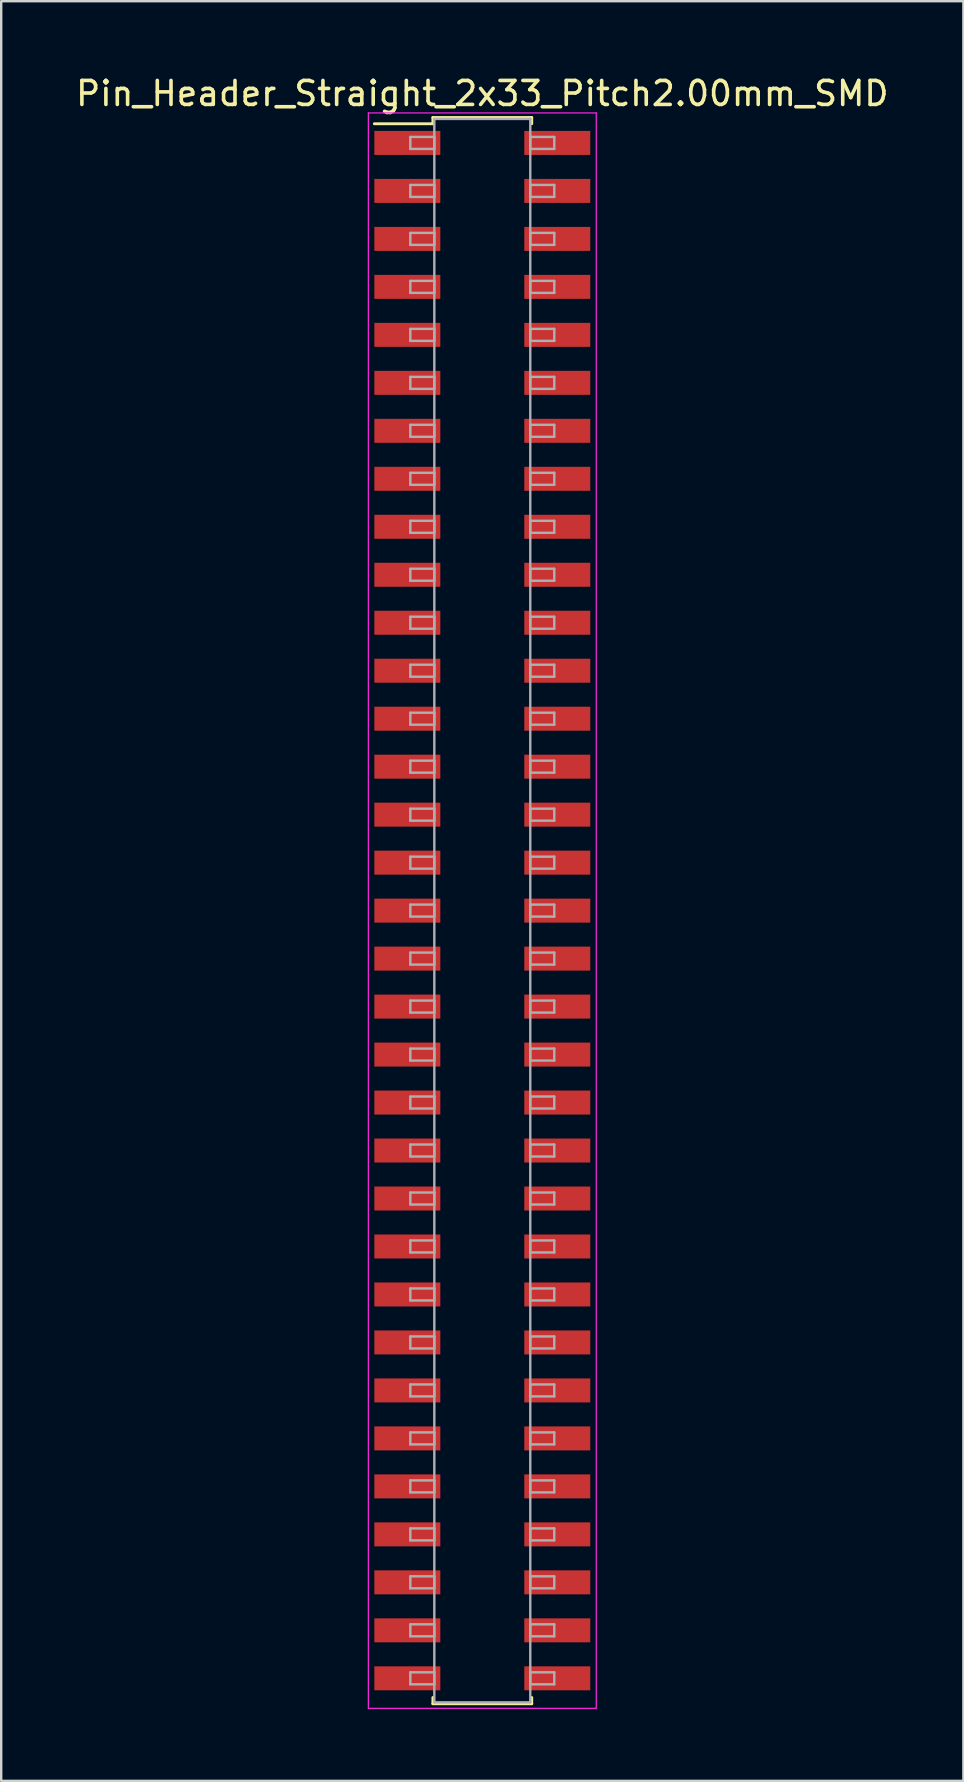
<source format=kicad_pcb>
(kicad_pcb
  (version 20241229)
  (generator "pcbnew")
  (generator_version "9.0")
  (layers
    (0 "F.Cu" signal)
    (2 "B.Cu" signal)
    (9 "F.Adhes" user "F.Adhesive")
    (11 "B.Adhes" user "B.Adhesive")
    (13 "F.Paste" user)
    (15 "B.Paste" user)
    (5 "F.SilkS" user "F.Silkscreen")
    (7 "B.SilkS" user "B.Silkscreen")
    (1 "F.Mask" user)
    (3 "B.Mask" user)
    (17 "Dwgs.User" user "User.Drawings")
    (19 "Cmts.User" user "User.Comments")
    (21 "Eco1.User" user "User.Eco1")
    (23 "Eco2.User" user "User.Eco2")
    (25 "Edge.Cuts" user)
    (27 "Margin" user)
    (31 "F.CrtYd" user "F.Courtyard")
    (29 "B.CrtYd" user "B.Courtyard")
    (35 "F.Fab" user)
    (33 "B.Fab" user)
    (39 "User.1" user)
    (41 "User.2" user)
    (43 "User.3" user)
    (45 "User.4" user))
  (footprint "Pin_Header_Straight_2x33_Pitch2.00mm_SMD"
    (layer "F.Cu")
    (at 17.054 34.908)
    (property "Reference" "Pin_Header_Straight_2x33_Pitch2.00mm_SMD" (at 0 -34.06 0) (layer "F.SilkS") (effects (font (size 1 1) (thickness 0.15))))
    (attr smd)
    (fp_line (start -4.5 -32.8) (end -2.06 -32.8) (stroke (width 0.12) (type solid)) (layer "F.SilkS"))
    (fp_line (start -2.06 -33.06) (end 2.06 -33.06) (stroke (width 0.12) (type solid)) (layer "F.SilkS"))
    (fp_line (start -2.06 -32.8) (end -2.06 -33.06) (stroke (width 0.12) (type solid)) (layer "F.SilkS"))
    (fp_line (start -2.06 32.8) (end -2.06 33.06) (stroke (width 0.12) (type solid)) (layer "F.SilkS"))
    (fp_line (start -2.06 33.06) (end 2.06 33.06) (stroke (width 0.12) (type solid)) (layer "F.SilkS"))
    (fp_line (start 2.06 -33.06) (end 2.06 -32.8) (stroke (width 0.12) (type solid)) (layer "F.SilkS"))
    (fp_line (start 2.06 33.06) (end 2.06 32.8) (stroke (width 0.12) (type solid)) (layer "F.SilkS"))
    (fp_line (start -4.75 -33.25) (end -4.75 33.25) (stroke (width 0.05) (type solid)) (layer "F.CrtYd"))
    (fp_line (start -4.75 33.25) (end 4.75 33.25) (stroke (width 0.05) (type solid)) (layer "F.CrtYd"))
    (fp_line (start 4.75 -33.25) (end -4.75 -33.25) (stroke (width 0.05) (type solid)) (layer "F.CrtYd"))
    (fp_line (start 4.75 33.25) (end 4.75 -33.25) (stroke (width 0.05) (type solid)) (layer "F.CrtYd"))
    (fp_line (start -3 -32.25) (end -2 -32.25) (stroke (width 0.1) (type solid)) (layer "F.Fab"))
    (fp_line (start -3 -31.75) (end -3 -32.25) (stroke (width 0.1) (type solid)) (layer "F.Fab"))
    (fp_line (start -3 -30.25) (end -2 -30.25) (stroke (width 0.1) (type solid)) (layer "F.Fab"))
    (fp_line (start -3 -29.75) (end -3 -30.25) (stroke (width 0.1) (type solid)) (layer "F.Fab"))
    (fp_line (start -3 -28.25) (end -2 -28.25) (stroke (width 0.1) (type solid)) (layer "F.Fab"))
    (fp_line (start -3 -27.75) (end -3 -28.25) (stroke (width 0.1) (type solid)) (layer "F.Fab"))
    (fp_line (start -3 -26.25) (end -2 -26.25) (stroke (width 0.1) (type solid)) (layer "F.Fab"))
    (fp_line (start -3 -25.75) (end -3 -26.25) (stroke (width 0.1) (type solid)) (layer "F.Fab"))
    (fp_line (start -3 -24.25) (end -2 -24.25) (stroke (width 0.1) (type solid)) (layer "F.Fab"))
    (fp_line (start -3 -23.75) (end -3 -24.25) (stroke (width 0.1) (type solid)) (layer "F.Fab"))
    (fp_line (start -3 -22.25) (end -2 -22.25) (stroke (width 0.1) (type solid)) (layer "F.Fab"))
    (fp_line (start -3 -21.75) (end -3 -22.25) (stroke (width 0.1) (type solid)) (layer "F.Fab"))
    (fp_line (start -3 -20.25) (end -2 -20.25) (stroke (width 0.1) (type solid)) (layer "F.Fab"))
    (fp_line (start -3 -19.75) (end -3 -20.25) (stroke (width 0.1) (type solid)) (layer "F.Fab"))
    (fp_line (start -3 -18.25) (end -2 -18.25) (stroke (width 0.1) (type solid)) (layer "F.Fab"))
    (fp_line (start -3 -17.75) (end -3 -18.25) (stroke (width 0.1) (type solid)) (layer "F.Fab"))
    (fp_line (start -3 -16.25) (end -2 -16.25) (stroke (width 0.1) (type solid)) (layer "F.Fab"))
    (fp_line (start -3 -15.75) (end -3 -16.25) (stroke (width 0.1) (type solid)) (layer "F.Fab"))
    (fp_line (start -3 -14.25) (end -2 -14.25) (stroke (width 0.1) (type solid)) (layer "F.Fab"))
    (fp_line (start -3 -13.75) (end -3 -14.25) (stroke (width 0.1) (type solid)) (layer "F.Fab"))
    (fp_line (start -3 -12.25) (end -2 -12.25) (stroke (width 0.1) (type solid)) (layer "F.Fab"))
    (fp_line (start -3 -11.75) (end -3 -12.25) (stroke (width 0.1) (type solid)) (layer "F.Fab"))
    (fp_line (start -3 -10.25) (end -2 -10.25) (stroke (width 0.1) (type solid)) (layer "F.Fab"))
    (fp_line (start -3 -9.75) (end -3 -10.25) (stroke (width 0.1) (type solid)) (layer "F.Fab"))
    (fp_line (start -3 -8.25) (end -2 -8.25) (stroke (width 0.1) (type solid)) (layer "F.Fab"))
    (fp_line (start -3 -7.75) (end -3 -8.25) (stroke (width 0.1) (type solid)) (layer "F.Fab"))
    (fp_line (start -3 -6.25) (end -2 -6.25) (stroke (width 0.1) (type solid)) (layer "F.Fab"))
    (fp_line (start -3 -5.75) (end -3 -6.25) (stroke (width 0.1) (type solid)) (layer "F.Fab"))
    (fp_line (start -3 -4.25) (end -2 -4.25) (stroke (width 0.1) (type solid)) (layer "F.Fab"))
    (fp_line (start -3 -3.75) (end -3 -4.25) (stroke (width 0.1) (type solid)) (layer "F.Fab"))
    (fp_line (start -3 -2.25) (end -2 -2.25) (stroke (width 0.1) (type solid)) (layer "F.Fab"))
    (fp_line (start -3 -1.75) (end -3 -2.25) (stroke (width 0.1) (type solid)) (layer "F.Fab"))
    (fp_line (start -3 -0.25) (end -2 -0.25) (stroke (width 0.1) (type solid)) (layer "F.Fab"))
    (fp_line (start -3 0.25) (end -3 -0.25) (stroke (width 0.1) (type solid)) (layer "F.Fab"))
    (fp_line (start -3 1.75) (end -2 1.75) (stroke (width 0.1) (type solid)) (layer "F.Fab"))
    (fp_line (start -3 2.25) (end -3 1.75) (stroke (width 0.1) (type solid)) (layer "F.Fab"))
    (fp_line (start -3 3.75) (end -2 3.75) (stroke (width 0.1) (type solid)) (layer "F.Fab"))
    (fp_line (start -3 4.25) (end -3 3.75) (stroke (width 0.1) (type solid)) (layer "F.Fab"))
    (fp_line (start -3 5.75) (end -2 5.75) (stroke (width 0.1) (type solid)) (layer "F.Fab"))
    (fp_line (start -3 6.25) (end -3 5.75) (stroke (width 0.1) (type solid)) (layer "F.Fab"))
    (fp_line (start -3 7.75) (end -2 7.75) (stroke (width 0.1) (type solid)) (layer "F.Fab"))
    (fp_line (start -3 8.25) (end -3 7.75) (stroke (width 0.1) (type solid)) (layer "F.Fab"))
    (fp_line (start -3 9.75) (end -2 9.75) (stroke (width 0.1) (type solid)) (layer "F.Fab"))
    (fp_line (start -3 10.25) (end -3 9.75) (stroke (width 0.1) (type solid)) (layer "F.Fab"))
    (fp_line (start -3 11.75) (end -2 11.75) (stroke (width 0.1) (type solid)) (layer "F.Fab"))
    (fp_line (start -3 12.25) (end -3 11.75) (stroke (width 0.1) (type solid)) (layer "F.Fab"))
    (fp_line (start -3 13.75) (end -2 13.75) (stroke (width 0.1) (type solid)) (layer "F.Fab"))
    (fp_line (start -3 14.25) (end -3 13.75) (stroke (width 0.1) (type solid)) (layer "F.Fab"))
    (fp_line (start -3 15.75) (end -2 15.75) (stroke (width 0.1) (type solid)) (layer "F.Fab"))
    (fp_line (start -3 16.25) (end -3 15.75) (stroke (width 0.1) (type solid)) (layer "F.Fab"))
    (fp_line (start -3 17.75) (end -2 17.75) (stroke (width 0.1) (type solid)) (layer "F.Fab"))
    (fp_line (start -3 18.25) (end -3 17.75) (stroke (width 0.1) (type solid)) (layer "F.Fab"))
    (fp_line (start -3 19.75) (end -2 19.75) (stroke (width 0.1) (type solid)) (layer "F.Fab"))
    (fp_line (start -3 20.25) (end -3 19.75) (stroke (width 0.1) (type solid)) (layer "F.Fab"))
    (fp_line (start -3 21.75) (end -2 21.75) (stroke (width 0.1) (type solid)) (layer "F.Fab"))
    (fp_line (start -3 22.25) (end -3 21.75) (stroke (width 0.1) (type solid)) (layer "F.Fab"))
    (fp_line (start -3 23.75) (end -2 23.75) (stroke (width 0.1) (type solid)) (layer "F.Fab"))
    (fp_line (start -3 24.25) (end -3 23.75) (stroke (width 0.1) (type solid)) (layer "F.Fab"))
    (fp_line (start -3 25.75) (end -2 25.75) (stroke (width 0.1) (type solid)) (layer "F.Fab"))
    (fp_line (start -3 26.25) (end -3 25.75) (stroke (width 0.1) (type solid)) (layer "F.Fab"))
    (fp_line (start -3 27.75) (end -2 27.75) (stroke (width 0.1) (type solid)) (layer "F.Fab"))
    (fp_line (start -3 28.25) (end -3 27.75) (stroke (width 0.1) (type solid)) (layer "F.Fab"))
    (fp_line (start -3 29.75) (end -2 29.75) (stroke (width 0.1) (type solid)) (layer "F.Fab"))
    (fp_line (start -3 30.25) (end -3 29.75) (stroke (width 0.1) (type solid)) (layer "F.Fab"))
    (fp_line (start -3 31.75) (end -2 31.75) (stroke (width 0.1) (type solid)) (layer "F.Fab"))
    (fp_line (start -3 32.25) (end -3 31.75) (stroke (width 0.1) (type solid)) (layer "F.Fab"))
    (fp_line (start -2 -33) (end -2 33) (stroke (width 0.1) (type solid)) (layer "F.Fab"))
    (fp_line (start -2 -32.25) (end -2 -31.75) (stroke (width 0.1) (type solid)) (layer "F.Fab"))
    (fp_line (start -2 -31.75) (end -3 -31.75) (stroke (width 0.1) (type solid)) (layer "F.Fab"))
    (fp_line (start -2 -30.25) (end -2 -29.75) (stroke (width 0.1) (type solid)) (layer "F.Fab"))
    (fp_line (start -2 -29.75) (end -3 -29.75) (stroke (width 0.1) (type solid)) (layer "F.Fab"))
    (fp_line (start -2 -28.25) (end -2 -27.75) (stroke (width 0.1) (type solid)) (layer "F.Fab"))
    (fp_line (start -2 -27.75) (end -3 -27.75) (stroke (width 0.1) (type solid)) (layer "F.Fab"))
    (fp_line (start -2 -26.25) (end -2 -25.75) (stroke (width 0.1) (type solid)) (layer "F.Fab"))
    (fp_line (start -2 -25.75) (end -3 -25.75) (stroke (width 0.1) (type solid)) (layer "F.Fab"))
    (fp_line (start -2 -24.25) (end -2 -23.75) (stroke (width 0.1) (type solid)) (layer "F.Fab"))
    (fp_line (start -2 -23.75) (end -3 -23.75) (stroke (width 0.1) (type solid)) (layer "F.Fab"))
    (fp_line (start -2 -22.25) (end -2 -21.75) (stroke (width 0.1) (type solid)) (layer "F.Fab"))
    (fp_line (start -2 -21.75) (end -3 -21.75) (stroke (width 0.1) (type solid)) (layer "F.Fab"))
    (fp_line (start -2 -20.25) (end -2 -19.75) (stroke (width 0.1) (type solid)) (layer "F.Fab"))
    (fp_line (start -2 -19.75) (end -3 -19.75) (stroke (width 0.1) (type solid)) (layer "F.Fab"))
    (fp_line (start -2 -18.25) (end -2 -17.75) (stroke (width 0.1) (type solid)) (layer "F.Fab"))
    (fp_line (start -2 -17.75) (end -3 -17.75) (stroke (width 0.1) (type solid)) (layer "F.Fab"))
    (fp_line (start -2 -16.25) (end -2 -15.75) (stroke (width 0.1) (type solid)) (layer "F.Fab"))
    (fp_line (start -2 -15.75) (end -3 -15.75) (stroke (width 0.1) (type solid)) (layer "F.Fab"))
    (fp_line (start -2 -14.25) (end -2 -13.75) (stroke (width 0.1) (type solid)) (layer "F.Fab"))
    (fp_line (start -2 -13.75) (end -3 -13.75) (stroke (width 0.1) (type solid)) (layer "F.Fab"))
    (fp_line (start -2 -12.25) (end -2 -11.75) (stroke (width 0.1) (type solid)) (layer "F.Fab"))
    (fp_line (start -2 -11.75) (end -3 -11.75) (stroke (width 0.1) (type solid)) (layer "F.Fab"))
    (fp_line (start -2 -10.25) (end -2 -9.75) (stroke (width 0.1) (type solid)) (layer "F.Fab"))
    (fp_line (start -2 -9.75) (end -3 -9.75) (stroke (width 0.1) (type solid)) (layer "F.Fab"))
    (fp_line (start -2 -8.25) (end -2 -7.75) (stroke (width 0.1) (type solid)) (layer "F.Fab"))
    (fp_line (start -2 -7.75) (end -3 -7.75) (stroke (width 0.1) (type solid)) (layer "F.Fab"))
    (fp_line (start -2 -6.25) (end -2 -5.75) (stroke (width 0.1) (type solid)) (layer "F.Fab"))
    (fp_line (start -2 -5.75) (end -3 -5.75) (stroke (width 0.1) (type solid)) (layer "F.Fab"))
    (fp_line (start -2 -4.25) (end -2 -3.75) (stroke (width 0.1) (type solid)) (layer "F.Fab"))
    (fp_line (start -2 -3.75) (end -3 -3.75) (stroke (width 0.1) (type solid)) (layer "F.Fab"))
    (fp_line (start -2 -2.25) (end -2 -1.75) (stroke (width 0.1) (type solid)) (layer "F.Fab"))
    (fp_line (start -2 -1.75) (end -3 -1.75) (stroke (width 0.1) (type solid)) (layer "F.Fab"))
    (fp_line (start -2 -0.25) (end -2 0.25) (stroke (width 0.1) (type solid)) (layer "F.Fab"))
    (fp_line (start -2 0.25) (end -3 0.25) (stroke (width 0.1) (type solid)) (layer "F.Fab"))
    (fp_line (start -2 1.75) (end -2 2.25) (stroke (width 0.1) (type solid)) (layer "F.Fab"))
    (fp_line (start -2 2.25) (end -3 2.25) (stroke (width 0.1) (type solid)) (layer "F.Fab"))
    (fp_line (start -2 3.75) (end -2 4.25) (stroke (width 0.1) (type solid)) (layer "F.Fab"))
    (fp_line (start -2 4.25) (end -3 4.25) (stroke (width 0.1) (type solid)) (layer "F.Fab"))
    (fp_line (start -2 5.75) (end -2 6.25) (stroke (width 0.1) (type solid)) (layer "F.Fab"))
    (fp_line (start -2 6.25) (end -3 6.25) (stroke (width 0.1) (type solid)) (layer "F.Fab"))
    (fp_line (start -2 7.75) (end -2 8.25) (stroke (width 0.1) (type solid)) (layer "F.Fab"))
    (fp_line (start -2 8.25) (end -3 8.25) (stroke (width 0.1) (type solid)) (layer "F.Fab"))
    (fp_line (start -2 9.75) (end -2 10.25) (stroke (width 0.1) (type solid)) (layer "F.Fab"))
    (fp_line (start -2 10.25) (end -3 10.25) (stroke (width 0.1) (type solid)) (layer "F.Fab"))
    (fp_line (start -2 11.75) (end -2 12.25) (stroke (width 0.1) (type solid)) (layer "F.Fab"))
    (fp_line (start -2 12.25) (end -3 12.25) (stroke (width 0.1) (type solid)) (layer "F.Fab"))
    (fp_line (start -2 13.75) (end -2 14.25) (stroke (width 0.1) (type solid)) (layer "F.Fab"))
    (fp_line (start -2 14.25) (end -3 14.25) (stroke (width 0.1) (type solid)) (layer "F.Fab"))
    (fp_line (start -2 15.75) (end -2 16.25) (stroke (width 0.1) (type solid)) (layer "F.Fab"))
    (fp_line (start -2 16.25) (end -3 16.25) (stroke (width 0.1) (type solid)) (layer "F.Fab"))
    (fp_line (start -2 17.75) (end -2 18.25) (stroke (width 0.1) (type solid)) (layer "F.Fab"))
    (fp_line (start -2 18.25) (end -3 18.25) (stroke (width 0.1) (type solid)) (layer "F.Fab"))
    (fp_line (start -2 19.75) (end -2 20.25) (stroke (width 0.1) (type solid)) (layer "F.Fab"))
    (fp_line (start -2 20.25) (end -3 20.25) (stroke (width 0.1) (type solid)) (layer "F.Fab"))
    (fp_line (start -2 21.75) (end -2 22.25) (stroke (width 0.1) (type solid)) (layer "F.Fab"))
    (fp_line (start -2 22.25) (end -3 22.25) (stroke (width 0.1) (type solid)) (layer "F.Fab"))
    (fp_line (start -2 23.75) (end -2 24.25) (stroke (width 0.1) (type solid)) (layer "F.Fab"))
    (fp_line (start -2 24.25) (end -3 24.25) (stroke (width 0.1) (type solid)) (layer "F.Fab"))
    (fp_line (start -2 25.75) (end -2 26.25) (stroke (width 0.1) (type solid)) (layer "F.Fab"))
    (fp_line (start -2 26.25) (end -3 26.25) (stroke (width 0.1) (type solid)) (layer "F.Fab"))
    (fp_line (start -2 27.75) (end -2 28.25) (stroke (width 0.1) (type solid)) (layer "F.Fab"))
    (fp_line (start -2 28.25) (end -3 28.25) (stroke (width 0.1) (type solid)) (layer "F.Fab"))
    (fp_line (start -2 29.75) (end -2 30.25) (stroke (width 0.1) (type solid)) (layer "F.Fab"))
    (fp_line (start -2 30.25) (end -3 30.25) (stroke (width 0.1) (type solid)) (layer "F.Fab"))
    (fp_line (start -2 31.75) (end -2 32.25) (stroke (width 0.1) (type solid)) (layer "F.Fab"))
    (fp_line (start -2 32.25) (end -3 32.25) (stroke (width 0.1) (type solid)) (layer "F.Fab"))
    (fp_line (start -2 33) (end 2 33) (stroke (width 0.1) (type solid)) (layer "F.Fab"))
    (fp_line (start 2 -33) (end -2 -33) (stroke (width 0.1) (type solid)) (layer "F.Fab"))
    (fp_line (start 2 -32.25) (end 2 -31.75) (stroke (width 0.1) (type solid)) (layer "F.Fab"))
    (fp_line (start 2 -31.75) (end 3 -31.75) (stroke (width 0.1) (type solid)) (layer "F.Fab"))
    (fp_line (start 2 -30.25) (end 2 -29.75) (stroke (width 0.1) (type solid)) (layer "F.Fab"))
    (fp_line (start 2 -29.75) (end 3 -29.75) (stroke (width 0.1) (type solid)) (layer "F.Fab"))
    (fp_line (start 2 -28.25) (end 2 -27.75) (stroke (width 0.1) (type solid)) (layer "F.Fab"))
    (fp_line (start 2 -27.75) (end 3 -27.75) (stroke (width 0.1) (type solid)) (layer "F.Fab"))
    (fp_line (start 2 -26.25) (end 2 -25.75) (stroke (width 0.1) (type solid)) (layer "F.Fab"))
    (fp_line (start 2 -25.75) (end 3 -25.75) (stroke (width 0.1) (type solid)) (layer "F.Fab"))
    (fp_line (start 2 -24.25) (end 2 -23.75) (stroke (width 0.1) (type solid)) (layer "F.Fab"))
    (fp_line (start 2 -23.75) (end 3 -23.75) (stroke (width 0.1) (type solid)) (layer "F.Fab"))
    (fp_line (start 2 -22.25) (end 2 -21.75) (stroke (width 0.1) (type solid)) (layer "F.Fab"))
    (fp_line (start 2 -21.75) (end 3 -21.75) (stroke (width 0.1) (type solid)) (layer "F.Fab"))
    (fp_line (start 2 -20.25) (end 2 -19.75) (stroke (width 0.1) (type solid)) (layer "F.Fab"))
    (fp_line (start 2 -19.75) (end 3 -19.75) (stroke (width 0.1) (type solid)) (layer "F.Fab"))
    (fp_line (start 2 -18.25) (end 2 -17.75) (stroke (width 0.1) (type solid)) (layer "F.Fab"))
    (fp_line (start 2 -17.75) (end 3 -17.75) (stroke (width 0.1) (type solid)) (layer "F.Fab"))
    (fp_line (start 2 -16.25) (end 2 -15.75) (stroke (width 0.1) (type solid)) (layer "F.Fab"))
    (fp_line (start 2 -15.75) (end 3 -15.75) (stroke (width 0.1) (type solid)) (layer "F.Fab"))
    (fp_line (start 2 -14.25) (end 2 -13.75) (stroke (width 0.1) (type solid)) (layer "F.Fab"))
    (fp_line (start 2 -13.75) (end 3 -13.75) (stroke (width 0.1) (type solid)) (layer "F.Fab"))
    (fp_line (start 2 -12.25) (end 2 -11.75) (stroke (width 0.1) (type solid)) (layer "F.Fab"))
    (fp_line (start 2 -11.75) (end 3 -11.75) (stroke (width 0.1) (type solid)) (layer "F.Fab"))
    (fp_line (start 2 -10.25) (end 2 -9.75) (stroke (width 0.1) (type solid)) (layer "F.Fab"))
    (fp_line (start 2 -9.75) (end 3 -9.75) (stroke (width 0.1) (type solid)) (layer "F.Fab"))
    (fp_line (start 2 -8.25) (end 2 -7.75) (stroke (width 0.1) (type solid)) (layer "F.Fab"))
    (fp_line (start 2 -7.75) (end 3 -7.75) (stroke (width 0.1) (type solid)) (layer "F.Fab"))
    (fp_line (start 2 -6.25) (end 2 -5.75) (stroke (width 0.1) (type solid)) (layer "F.Fab"))
    (fp_line (start 2 -5.75) (end 3 -5.75) (stroke (width 0.1) (type solid)) (layer "F.Fab"))
    (fp_line (start 2 -4.25) (end 2 -3.75) (stroke (width 0.1) (type solid)) (layer "F.Fab"))
    (fp_line (start 2 -3.75) (end 3 -3.75) (stroke (width 0.1) (type solid)) (layer "F.Fab"))
    (fp_line (start 2 -2.25) (end 2 -1.75) (stroke (width 0.1) (type solid)) (layer "F.Fab"))
    (fp_line (start 2 -1.75) (end 3 -1.75) (stroke (width 0.1) (type solid)) (layer "F.Fab"))
    (fp_line (start 2 -0.25) (end 2 0.25) (stroke (width 0.1) (type solid)) (layer "F.Fab"))
    (fp_line (start 2 0.25) (end 3 0.25) (stroke (width 0.1) (type solid)) (layer "F.Fab"))
    (fp_line (start 2 1.75) (end 2 2.25) (stroke (width 0.1) (type solid)) (layer "F.Fab"))
    (fp_line (start 2 2.25) (end 3 2.25) (stroke (width 0.1) (type solid)) (layer "F.Fab"))
    (fp_line (start 2 3.75) (end 2 4.25) (stroke (width 0.1) (type solid)) (layer "F.Fab"))
    (fp_line (start 2 4.25) (end 3 4.25) (stroke (width 0.1) (type solid)) (layer "F.Fab"))
    (fp_line (start 2 5.75) (end 2 6.25) (stroke (width 0.1) (type solid)) (layer "F.Fab"))
    (fp_line (start 2 6.25) (end 3 6.25) (stroke (width 0.1) (type solid)) (layer "F.Fab"))
    (fp_line (start 2 7.75) (end 2 8.25) (stroke (width 0.1) (type solid)) (layer "F.Fab"))
    (fp_line (start 2 8.25) (end 3 8.25) (stroke (width 0.1) (type solid)) (layer "F.Fab"))
    (fp_line (start 2 9.75) (end 2 10.25) (stroke (width 0.1) (type solid)) (layer "F.Fab"))
    (fp_line (start 2 10.25) (end 3 10.25) (stroke (width 0.1) (type solid)) (layer "F.Fab"))
    (fp_line (start 2 11.75) (end 2 12.25) (stroke (width 0.1) (type solid)) (layer "F.Fab"))
    (fp_line (start 2 12.25) (end 3 12.25) (stroke (width 0.1) (type solid)) (layer "F.Fab"))
    (fp_line (start 2 13.75) (end 2 14.25) (stroke (width 0.1) (type solid)) (layer "F.Fab"))
    (fp_line (start 2 14.25) (end 3 14.25) (stroke (width 0.1) (type solid)) (layer "F.Fab"))
    (fp_line (start 2 15.75) (end 2 16.25) (stroke (width 0.1) (type solid)) (layer "F.Fab"))
    (fp_line (start 2 16.25) (end 3 16.25) (stroke (width 0.1) (type solid)) (layer "F.Fab"))
    (fp_line (start 2 17.75) (end 2 18.25) (stroke (width 0.1) (type solid)) (layer "F.Fab"))
    (fp_line (start 2 18.25) (end 3 18.25) (stroke (width 0.1) (type solid)) (layer "F.Fab"))
    (fp_line (start 2 19.75) (end 2 20.25) (stroke (width 0.1) (type solid)) (layer "F.Fab"))
    (fp_line (start 2 20.25) (end 3 20.25) (stroke (width 0.1) (type solid)) (layer "F.Fab"))
    (fp_line (start 2 21.75) (end 2 22.25) (stroke (width 0.1) (type solid)) (layer "F.Fab"))
    (fp_line (start 2 22.25) (end 3 22.25) (stroke (width 0.1) (type solid)) (layer "F.Fab"))
    (fp_line (start 2 23.75) (end 2 24.25) (stroke (width 0.1) (type solid)) (layer "F.Fab"))
    (fp_line (start 2 24.25) (end 3 24.25) (stroke (width 0.1) (type solid)) (layer "F.Fab"))
    (fp_line (start 2 25.75) (end 2 26.25) (stroke (width 0.1) (type solid)) (layer "F.Fab"))
    (fp_line (start 2 26.25) (end 3 26.25) (stroke (width 0.1) (type solid)) (layer "F.Fab"))
    (fp_line (start 2 27.75) (end 2 28.25) (stroke (width 0.1) (type solid)) (layer "F.Fab"))
    (fp_line (start 2 28.25) (end 3 28.25) (stroke (width 0.1) (type solid)) (layer "F.Fab"))
    (fp_line (start 2 29.75) (end 2 30.25) (stroke (width 0.1) (type solid)) (layer "F.Fab"))
    (fp_line (start 2 30.25) (end 3 30.25) (stroke (width 0.1) (type solid)) (layer "F.Fab"))
    (fp_line (start 2 31.75) (end 2 32.25) (stroke (width 0.1) (type solid)) (layer "F.Fab"))
    (fp_line (start 2 32.25) (end 3 32.25) (stroke (width 0.1) (type solid)) (layer "F.Fab"))
    (fp_line (start 2 33) (end 2 -33) (stroke (width 0.1) (type solid)) (layer "F.Fab"))
    (fp_line (start 3 -32.25) (end 2 -32.25) (stroke (width 0.1) (type solid)) (layer "F.Fab"))
    (fp_line (start 3 -31.75) (end 3 -32.25) (stroke (width 0.1) (type solid)) (layer "F.Fab"))
    (fp_line (start 3 -30.25) (end 2 -30.25) (stroke (width 0.1) (type solid)) (layer "F.Fab"))
    (fp_line (start 3 -29.75) (end 3 -30.25) (stroke (width 0.1) (type solid)) (layer "F.Fab"))
    (fp_line (start 3 -28.25) (end 2 -28.25) (stroke (width 0.1) (type solid)) (layer "F.Fab"))
    (fp_line (start 3 -27.75) (end 3 -28.25) (stroke (width 0.1) (type solid)) (layer "F.Fab"))
    (fp_line (start 3 -26.25) (end 2 -26.25) (stroke (width 0.1) (type solid)) (layer "F.Fab"))
    (fp_line (start 3 -25.75) (end 3 -26.25) (stroke (width 0.1) (type solid)) (layer "F.Fab"))
    (fp_line (start 3 -24.25) (end 2 -24.25) (stroke (width 0.1) (type solid)) (layer "F.Fab"))
    (fp_line (start 3 -23.75) (end 3 -24.25) (stroke (width 0.1) (type solid)) (layer "F.Fab"))
    (fp_line (start 3 -22.25) (end 2 -22.25) (stroke (width 0.1) (type solid)) (layer "F.Fab"))
    (fp_line (start 3 -21.75) (end 3 -22.25) (stroke (width 0.1) (type solid)) (layer "F.Fab"))
    (fp_line (start 3 -20.25) (end 2 -20.25) (stroke (width 0.1) (type solid)) (layer "F.Fab"))
    (fp_line (start 3 -19.75) (end 3 -20.25) (stroke (width 0.1) (type solid)) (layer "F.Fab"))
    (fp_line (start 3 -18.25) (end 2 -18.25) (stroke (width 0.1) (type solid)) (layer "F.Fab"))
    (fp_line (start 3 -17.75) (end 3 -18.25) (stroke (width 0.1) (type solid)) (layer "F.Fab"))
    (fp_line (start 3 -16.25) (end 2 -16.25) (stroke (width 0.1) (type solid)) (layer "F.Fab"))
    (fp_line (start 3 -15.75) (end 3 -16.25) (stroke (width 0.1) (type solid)) (layer "F.Fab"))
    (fp_line (start 3 -14.25) (end 2 -14.25) (stroke (width 0.1) (type solid)) (layer "F.Fab"))
    (fp_line (start 3 -13.75) (end 3 -14.25) (stroke (width 0.1) (type solid)) (layer "F.Fab"))
    (fp_line (start 3 -12.25) (end 2 -12.25) (stroke (width 0.1) (type solid)) (layer "F.Fab"))
    (fp_line (start 3 -11.75) (end 3 -12.25) (stroke (width 0.1) (type solid)) (layer "F.Fab"))
    (fp_line (start 3 -10.25) (end 2 -10.25) (stroke (width 0.1) (type solid)) (layer "F.Fab"))
    (fp_line (start 3 -9.75) (end 3 -10.25) (stroke (width 0.1) (type solid)) (layer "F.Fab"))
    (fp_line (start 3 -8.25) (end 2 -8.25) (stroke (width 0.1) (type solid)) (layer "F.Fab"))
    (fp_line (start 3 -7.75) (end 3 -8.25) (stroke (width 0.1) (type solid)) (layer "F.Fab"))
    (fp_line (start 3 -6.25) (end 2 -6.25) (stroke (width 0.1) (type solid)) (layer "F.Fab"))
    (fp_line (start 3 -5.75) (end 3 -6.25) (stroke (width 0.1) (type solid)) (layer "F.Fab"))
    (fp_line (start 3 -4.25) (end 2 -4.25) (stroke (width 0.1) (type solid)) (layer "F.Fab"))
    (fp_line (start 3 -3.75) (end 3 -4.25) (stroke (width 0.1) (type solid)) (layer "F.Fab"))
    (fp_line (start 3 -2.25) (end 2 -2.25) (stroke (width 0.1) (type solid)) (layer "F.Fab"))
    (fp_line (start 3 -1.75) (end 3 -2.25) (stroke (width 0.1) (type solid)) (layer "F.Fab"))
    (fp_line (start 3 -0.25) (end 2 -0.25) (stroke (width 0.1) (type solid)) (layer "F.Fab"))
    (fp_line (start 3 0.25) (end 3 -0.25) (stroke (width 0.1) (type solid)) (layer "F.Fab"))
    (fp_line (start 3 1.75) (end 2 1.75) (stroke (width 0.1) (type solid)) (layer "F.Fab"))
    (fp_line (start 3 2.25) (end 3 1.75) (stroke (width 0.1) (type solid)) (layer "F.Fab"))
    (fp_line (start 3 3.75) (end 2 3.75) (stroke (width 0.1) (type solid)) (layer "F.Fab"))
    (fp_line (start 3 4.25) (end 3 3.75) (stroke (width 0.1) (type solid)) (layer "F.Fab"))
    (fp_line (start 3 5.75) (end 2 5.75) (stroke (width 0.1) (type solid)) (layer "F.Fab"))
    (fp_line (start 3 6.25) (end 3 5.75) (stroke (width 0.1) (type solid)) (layer "F.Fab"))
    (fp_line (start 3 7.75) (end 2 7.75) (stroke (width 0.1) (type solid)) (layer "F.Fab"))
    (fp_line (start 3 8.25) (end 3 7.75) (stroke (width 0.1) (type solid)) (layer "F.Fab"))
    (fp_line (start 3 9.75) (end 2 9.75) (stroke (width 0.1) (type solid)) (layer "F.Fab"))
    (fp_line (start 3 10.25) (end 3 9.75) (stroke (width 0.1) (type solid)) (layer "F.Fab"))
    (fp_line (start 3 11.75) (end 2 11.75) (stroke (width 0.1) (type solid)) (layer "F.Fab"))
    (fp_line (start 3 12.25) (end 3 11.75) (stroke (width 0.1) (type solid)) (layer "F.Fab"))
    (fp_line (start 3 13.75) (end 2 13.75) (stroke (width 0.1) (type solid)) (layer "F.Fab"))
    (fp_line (start 3 14.25) (end 3 13.75) (stroke (width 0.1) (type solid)) (layer "F.Fab"))
    (fp_line (start 3 15.75) (end 2 15.75) (stroke (width 0.1) (type solid)) (layer "F.Fab"))
    (fp_line (start 3 16.25) (end 3 15.75) (stroke (width 0.1) (type solid)) (layer "F.Fab"))
    (fp_line (start 3 17.75) (end 2 17.75) (stroke (width 0.1) (type solid)) (layer "F.Fab"))
    (fp_line (start 3 18.25) (end 3 17.75) (stroke (width 0.1) (type solid)) (layer "F.Fab"))
    (fp_line (start 3 19.75) (end 2 19.75) (stroke (width 0.1) (type solid)) (layer "F.Fab"))
    (fp_line (start 3 20.25) (end 3 19.75) (stroke (width 0.1) (type solid)) (layer "F.Fab"))
    (fp_line (start 3 21.75) (end 2 21.75) (stroke (width 0.1) (type solid)) (layer "F.Fab"))
    (fp_line (start 3 22.25) (end 3 21.75) (stroke (width 0.1) (type solid)) (layer "F.Fab"))
    (fp_line (start 3 23.75) (end 2 23.75) (stroke (width 0.1) (type solid)) (layer "F.Fab"))
    (fp_line (start 3 24.25) (end 3 23.75) (stroke (width 0.1) (type solid)) (layer "F.Fab"))
    (fp_line (start 3 25.75) (end 2 25.75) (stroke (width 0.1) (type solid)) (layer "F.Fab"))
    (fp_line (start 3 26.25) (end 3 25.75) (stroke (width 0.1) (type solid)) (layer "F.Fab"))
    (fp_line (start 3 27.75) (end 2 27.75) (stroke (width 0.1) (type solid)) (layer "F.Fab"))
    (fp_line (start 3 28.25) (end 3 27.75) (stroke (width 0.1) (type solid)) (layer "F.Fab"))
    (fp_line (start 3 29.75) (end 2 29.75) (stroke (width 0.1) (type solid)) (layer "F.Fab"))
    (fp_line (start 3 30.25) (end 3 29.75) (stroke (width 0.1) (type solid)) (layer "F.Fab"))
    (fp_line (start 3 31.75) (end 2 31.75) (stroke (width 0.1) (type solid)) (layer "F.Fab"))
    (fp_line (start 3 32.25) (end 3 31.75) (stroke (width 0.1) (type solid)) (layer "F.Fab"))
    (pad "1" smd rect (at -3.125 -32) (size 2.75 1) (layers "F.Cu" "F.Mask"))
    (pad "2" smd rect (at 3.125 -32) (size 2.75 1) (layers "F.Cu" "F.Mask"))
    (pad "3" smd rect (at -3.125 -30) (size 2.75 1) (layers "F.Cu" "F.Mask"))
    (pad "4" smd rect (at 3.125 -30) (size 2.75 1) (layers "F.Cu" "F.Mask"))
    (pad "5" smd rect (at -3.125 -28) (size 2.75 1) (layers "F.Cu" "F.Mask"))
    (pad "6" smd rect (at 3.125 -28) (size 2.75 1) (layers "F.Cu" "F.Mask"))
    (pad "7" smd rect (at -3.125 -26) (size 2.75 1) (layers "F.Cu" "F.Mask"))
    (pad "8" smd rect (at 3.125 -26) (size 2.75 1) (layers "F.Cu" "F.Mask"))
    (pad "9" smd rect (at -3.125 -24) (size 2.75 1) (layers "F.Cu" "F.Mask"))
    (pad "10" smd rect (at 3.125 -24) (size 2.75 1) (layers "F.Cu" "F.Mask"))
    (pad "11" smd rect (at -3.125 -22) (size 2.75 1) (layers "F.Cu" "F.Mask"))
    (pad "12" smd rect (at 3.125 -22) (size 2.75 1) (layers "F.Cu" "F.Mask"))
    (pad "13" smd rect (at -3.125 -20) (size 2.75 1) (layers "F.Cu" "F.Mask"))
    (pad "14" smd rect (at 3.125 -20) (size 2.75 1) (layers "F.Cu" "F.Mask"))
    (pad "15" smd rect (at -3.125 -18) (size 2.75 1) (layers "F.Cu" "F.Mask"))
    (pad "16" smd rect (at 3.125 -18) (size 2.75 1) (layers "F.Cu" "F.Mask"))
    (pad "17" smd rect (at -3.125 -16) (size 2.75 1) (layers "F.Cu" "F.Mask"))
    (pad "18" smd rect (at 3.125 -16) (size 2.75 1) (layers "F.Cu" "F.Mask"))
    (pad "19" smd rect (at -3.125 -14) (size 2.75 1) (layers "F.Cu" "F.Mask"))
    (pad "20" smd rect (at 3.125 -14) (size 2.75 1) (layers "F.Cu" "F.Mask"))
    (pad "21" smd rect (at -3.125 -12) (size 2.75 1) (layers "F.Cu" "F.Mask"))
    (pad "22" smd rect (at 3.125 -12) (size 2.75 1) (layers "F.Cu" "F.Mask"))
    (pad "23" smd rect (at -3.125 -10) (size 2.75 1) (layers "F.Cu" "F.Mask"))
    (pad "24" smd rect (at 3.125 -10) (size 2.75 1) (layers "F.Cu" "F.Mask"))
    (pad "25" smd rect (at -3.125 -8) (size 2.75 1) (layers "F.Cu" "F.Mask"))
    (pad "26" smd rect (at 3.125 -8) (size 2.75 1) (layers "F.Cu" "F.Mask"))
    (pad "27" smd rect (at -3.125 -6) (size 2.75 1) (layers "F.Cu" "F.Mask"))
    (pad "28" smd rect (at 3.125 -6) (size 2.75 1) (layers "F.Cu" "F.Mask"))
    (pad "29" smd rect (at -3.125 -4) (size 2.75 1) (layers "F.Cu" "F.Mask"))
    (pad "30" smd rect (at 3.125 -4) (size 2.75 1) (layers "F.Cu" "F.Mask"))
    (pad "31" smd rect (at -3.125 -2) (size 2.75 1) (layers "F.Cu" "F.Mask"))
    (pad "32" smd rect (at 3.125 -2) (size 2.75 1) (layers "F.Cu" "F.Mask"))
    (pad "33" smd rect (at -3.125 0) (size 2.75 1) (layers "F.Cu" "F.Mask"))
    (pad "34" smd rect (at 3.125 0) (size 2.75 1) (layers "F.Cu" "F.Mask"))
    (pad "35" smd rect (at -3.125 2) (size 2.75 1) (layers "F.Cu" "F.Mask"))
    (pad "36" smd rect (at 3.125 2) (size 2.75 1) (layers "F.Cu" "F.Mask"))
    (pad "37" smd rect (at -3.125 4) (size 2.75 1) (layers "F.Cu" "F.Mask"))
    (pad "38" smd rect (at 3.125 4) (size 2.75 1) (layers "F.Cu" "F.Mask"))
    (pad "39" smd rect (at -3.125 6) (size 2.75 1) (layers "F.Cu" "F.Mask"))
    (pad "40" smd rect (at 3.125 6) (size 2.75 1) (layers "F.Cu" "F.Mask"))
    (pad "41" smd rect (at -3.125 8) (size 2.75 1) (layers "F.Cu" "F.Mask"))
    (pad "42" smd rect (at 3.125 8) (size 2.75 1) (layers "F.Cu" "F.Mask"))
    (pad "43" smd rect (at -3.125 10) (size 2.75 1) (layers "F.Cu" "F.Mask"))
    (pad "44" smd rect (at 3.125 10) (size 2.75 1) (layers "F.Cu" "F.Mask"))
    (pad "45" smd rect (at -3.125 12) (size 2.75 1) (layers "F.Cu" "F.Mask"))
    (pad "46" smd rect (at 3.125 12) (size 2.75 1) (layers "F.Cu" "F.Mask"))
    (pad "47" smd rect (at -3.125 14) (size 2.75 1) (layers "F.Cu" "F.Mask"))
    (pad "48" smd rect (at 3.125 14) (size 2.75 1) (layers "F.Cu" "F.Mask"))
    (pad "49" smd rect (at -3.125 16) (size 2.75 1) (layers "F.Cu" "F.Mask"))
    (pad "50" smd rect (at 3.125 16) (size 2.75 1) (layers "F.Cu" "F.Mask"))
    (pad "51" smd rect (at -3.125 18) (size 2.75 1) (layers "F.Cu" "F.Mask"))
    (pad "52" smd rect (at 3.125 18) (size 2.75 1) (layers "F.Cu" "F.Mask"))
    (pad "53" smd rect (at -3.125 20) (size 2.75 1) (layers "F.Cu" "F.Mask"))
    (pad "54" smd rect (at 3.125 20) (size 2.75 1) (layers "F.Cu" "F.Mask"))
    (pad "55" smd rect (at -3.125 22) (size 2.75 1) (layers "F.Cu" "F.Mask"))
    (pad "56" smd rect (at 3.125 22) (size 2.75 1) (layers "F.Cu" "F.Mask"))
    (pad "57" smd rect (at -3.125 24) (size 2.75 1) (layers "F.Cu" "F.Mask"))
    (pad "58" smd rect (at 3.125 24) (size 2.75 1) (layers "F.Cu" "F.Mask"))
    (pad "59" smd rect (at -3.125 26) (size 2.75 1) (layers "F.Cu" "F.Mask"))
    (pad "60" smd rect (at 3.125 26) (size 2.75 1) (layers "F.Cu" "F.Mask"))
    (pad "61" smd rect (at -3.125 28) (size 2.75 1) (layers "F.Cu" "F.Mask"))
    (pad "62" smd rect (at 3.125 28) (size 2.75 1) (layers "F.Cu" "F.Mask"))
    (pad "63" smd rect (at -3.125 30) (size 2.75 1) (layers "F.Cu" "F.Mask"))
    (pad "64" smd rect (at 3.125 30) (size 2.75 1) (layers "F.Cu" "F.Mask"))
    (pad "65" smd rect (at -3.125 32) (size 2.75 1) (layers "F.Cu" "F.Mask"))
    (pad "66" smd rect (at 3.125 32) (size 2.75 1) (layers "F.Cu" "F.Mask")))
  (gr_rect
    (start -3 -3)
    (end 37.107 71.183)
    (stroke (width 0.1) (type default))
    (fill no)
    (layer "Edge.Cuts")))
</source>
